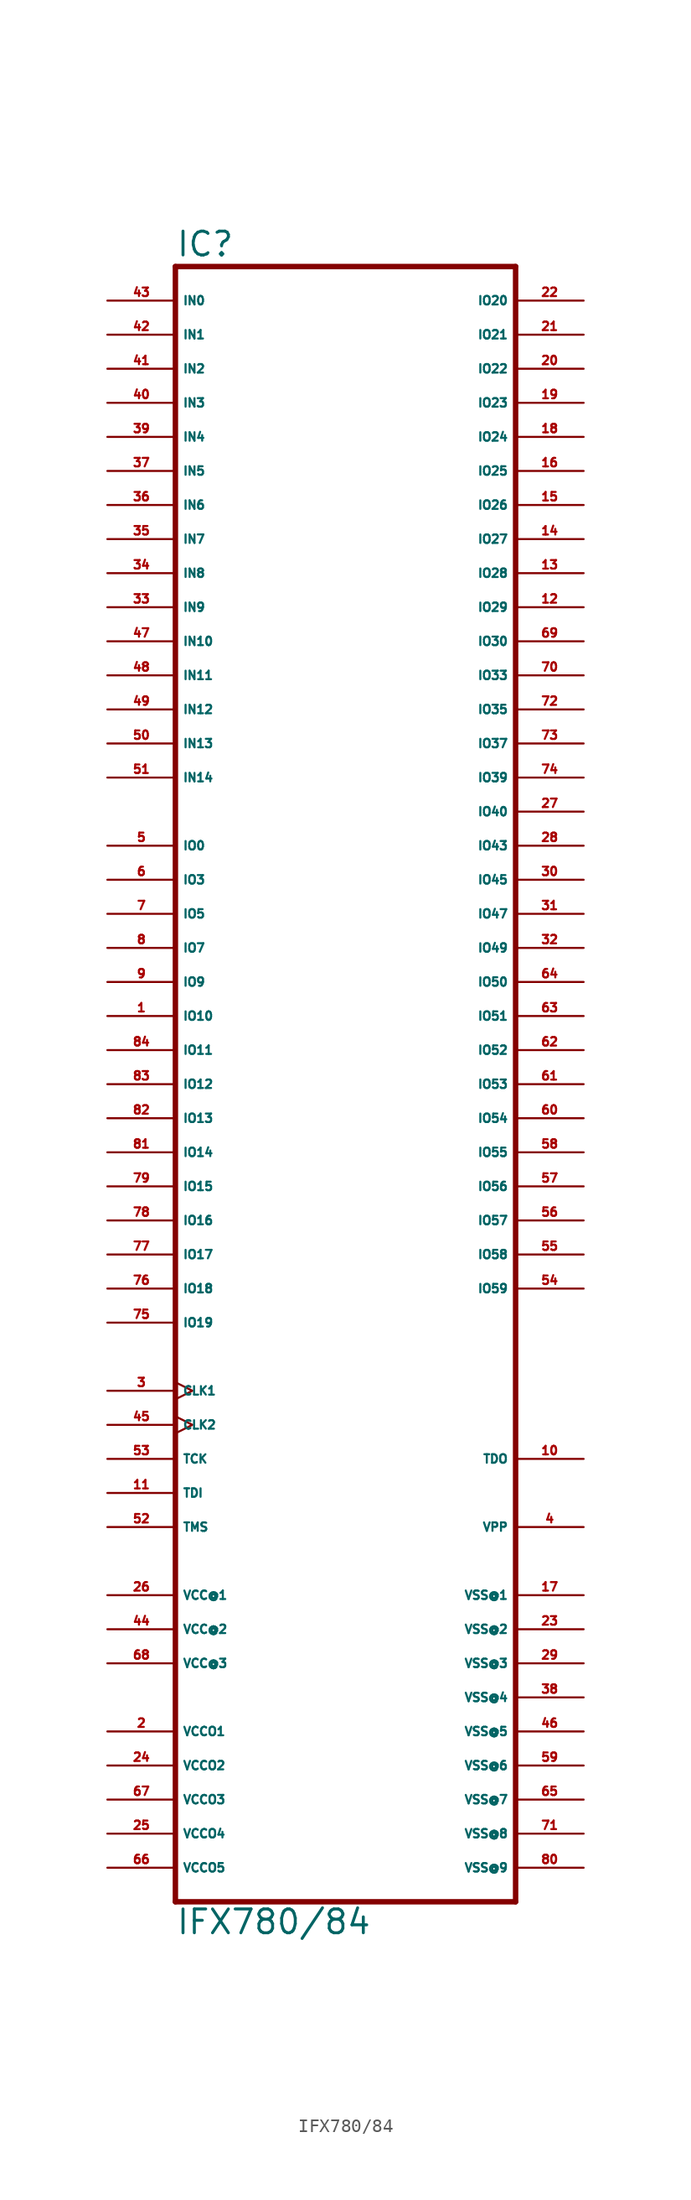
<source format=kicad_sym>
(kicad_symbol_lib
  (version 20220914)
  (generator Eagle2Kicad)
  (symbol "IFX780/84"
    (property "Reference" "IC"
      (at -12.7 59.055 0)
      (effects (font (size 1.778 1.778) (thickness 0.22)) (justify left bottom)))
    (property "Value" "IFX780/84"
      (at -12.7 -66.04 0)
      (effects (font (size 1.778 1.778) (thickness 0.22)) (justify left bottom)))
    (polyline
      (pts (xy -12.7 58.42) (xy -12.7 -63.5))
      (stroke (width 0.406) (type default))
      (fill (type none)))
    (polyline
      (pts (xy 12.7 -63.5) (xy -12.7 -63.5))
      (stroke (width 0.406) (type default))
      (fill (type none)))
    (polyline
      (pts (xy 12.7 -63.5) (xy 12.7 58.42))
      (stroke (width 0.406) (type default))
      (fill (type none)))
    (polyline
      (pts (xy -12.7 58.42) (xy 12.7 58.42))
      (stroke (width 0.406) (type default))
      (fill (type none)))
    (pin unspecified line
      (at -17.78 -40.64 0)
      (length 5.08)
      (name "VCC@1" (effects (font (size 0.635 0.635) (thickness 0.08)) (justify left bottom)))
      (number "26" (effects (font (size 0.635 0.635) (thickness 0.08)) (justify left bottom))))
    (pin unspecified line
      (at -17.78 -43.18 0)
      (length 5.08)
      (name "VCC@2" (effects (font (size 0.635 0.635) (thickness 0.08)) (justify left bottom)))
      (number "44" (effects (font (size 0.635 0.635) (thickness 0.08)) (justify left bottom))))
    (pin unspecified line
      (at -17.78 -45.72 0)
      (length 5.08)
      (name "VCC@3" (effects (font (size 0.635 0.635) (thickness 0.08)) (justify left bottom)))
      (number "68" (effects (font (size 0.635 0.635) (thickness 0.08)) (justify left bottom))))
    (pin unspecified line
      (at -17.78 -50.8 0)
      (length 5.08)
      (name "VCCO1" (effects (font (size 0.635 0.635) (thickness 0.08)) (justify left bottom)))
      (number "2" (effects (font (size 0.635 0.635) (thickness 0.08)) (justify left bottom))))
    (pin unspecified line
      (at -17.78 -53.34 0)
      (length 5.08)
      (name "VCCO2" (effects (font (size 0.635 0.635) (thickness 0.08)) (justify left bottom)))
      (number "24" (effects (font (size 0.635 0.635) (thickness 0.08)) (justify left bottom))))
    (pin unspecified line
      (at -17.78 -55.88 0)
      (length 5.08)
      (name "VCCO3" (effects (font (size 0.635 0.635) (thickness 0.08)) (justify left bottom)))
      (number "67" (effects (font (size 0.635 0.635) (thickness 0.08)) (justify left bottom))))
    (pin unspecified line
      (at -17.78 -58.42 0)
      (length 5.08)
      (name "VCCO4" (effects (font (size 0.635 0.635) (thickness 0.08)) (justify left bottom)))
      (number "25" (effects (font (size 0.635 0.635) (thickness 0.08)) (justify left bottom))))
    (pin unspecified line
      (at -17.78 -60.96 0)
      (length 5.08)
      (name "VCCO5" (effects (font (size 0.635 0.635) (thickness 0.08)) (justify left bottom)))
      (number "66" (effects (font (size 0.635 0.635) (thickness 0.08)) (justify left bottom))))
    (pin unspecified line
      (at 17.78 -40.64 180)
      (length 5.08)
      (name "VSS@1" (effects (font (size 0.635 0.635) (thickness 0.08)) (justify left bottom)))
      (number "17" (effects (font (size 0.635 0.635) (thickness 0.08)) (justify left bottom))))
    (pin unspecified line
      (at 17.78 -43.18 180)
      (length 5.08)
      (name "VSS@2" (effects (font (size 0.635 0.635) (thickness 0.08)) (justify left bottom)))
      (number "23" (effects (font (size 0.635 0.635) (thickness 0.08)) (justify left bottom))))
    (pin unspecified line
      (at 17.78 -45.72 180)
      (length 5.08)
      (name "VSS@3" (effects (font (size 0.635 0.635) (thickness 0.08)) (justify left bottom)))
      (number "29" (effects (font (size 0.635 0.635) (thickness 0.08)) (justify left bottom))))
    (pin unspecified line
      (at 17.78 -48.26 180)
      (length 5.08)
      (name "VSS@4" (effects (font (size 0.635 0.635) (thickness 0.08)) (justify left bottom)))
      (number "38" (effects (font (size 0.635 0.635) (thickness 0.08)) (justify left bottom))))
    (pin unspecified line
      (at 17.78 -50.8 180)
      (length 5.08)
      (name "VSS@5" (effects (font (size 0.635 0.635) (thickness 0.08)) (justify left bottom)))
      (number "46" (effects (font (size 0.635 0.635) (thickness 0.08)) (justify left bottom))))
    (pin unspecified line
      (at 17.78 -53.34 180)
      (length 5.08)
      (name "VSS@6" (effects (font (size 0.635 0.635) (thickness 0.08)) (justify left bottom)))
      (number "59" (effects (font (size 0.635 0.635) (thickness 0.08)) (justify left bottom))))
    (pin unspecified line
      (at 17.78 -55.88 180)
      (length 5.08)
      (name "VSS@7" (effects (font (size 0.635 0.635) (thickness 0.08)) (justify left bottom)))
      (number "65" (effects (font (size 0.635 0.635) (thickness 0.08)) (justify left bottom))))
    (pin unspecified line
      (at 17.78 -58.42 180)
      (length 5.08)
      (name "VSS@8" (effects (font (size 0.635 0.635) (thickness 0.08)) (justify left bottom)))
      (number "71" (effects (font (size 0.635 0.635) (thickness 0.08)) (justify left bottom))))
    (pin unspecified line
      (at 17.78 -60.96 180)
      (length 5.08)
      (name "VSS@9" (effects (font (size 0.635 0.635) (thickness 0.08)) (justify left bottom)))
      (number "80" (effects (font (size 0.635 0.635) (thickness 0.08)) (justify left bottom))))
    (pin input clock
      (at -17.78 -25.4 0)
      (length 5.08)
      (name "CLK1" (effects (font (size 0.635 0.635) (thickness 0.08)) (justify left bottom)))
      (number "3" (effects (font (size 0.635 0.635) (thickness 0.08)) (justify left bottom))))
    (pin input clock
      (at -17.78 -27.94 0)
      (length 5.08)
      (name "CLK2" (effects (font (size 0.635 0.635) (thickness 0.08)) (justify left bottom)))
      (number "45" (effects (font (size 0.635 0.635) (thickness 0.08)) (justify left bottom))))
    (pin bidirectional line
      (at -17.78 15.24 0)
      (length 5.08)
      (name "IO0" (effects (font (size 0.635 0.635) (thickness 0.08)) (justify left bottom)))
      (number "5" (effects (font (size 0.635 0.635) (thickness 0.08)) (justify left bottom))))
    (pin bidirectional line
      (at -17.78 12.7 0)
      (length 5.08)
      (name "IO3" (effects (font (size 0.635 0.635) (thickness 0.08)) (justify left bottom)))
      (number "6" (effects (font (size 0.635 0.635) (thickness 0.08)) (justify left bottom))))
    (pin bidirectional line
      (at -17.78 10.16 0)
      (length 5.08)
      (name "IO5" (effects (font (size 0.635 0.635) (thickness 0.08)) (justify left bottom)))
      (number "7" (effects (font (size 0.635 0.635) (thickness 0.08)) (justify left bottom))))
    (pin bidirectional line
      (at -17.78 7.62 0)
      (length 5.08)
      (name "IO7" (effects (font (size 0.635 0.635) (thickness 0.08)) (justify left bottom)))
      (number "8" (effects (font (size 0.635 0.635) (thickness 0.08)) (justify left bottom))))
    (pin bidirectional line
      (at -17.78 5.08 0)
      (length 5.08)
      (name "IO9" (effects (font (size 0.635 0.635) (thickness 0.08)) (justify left bottom)))
      (number "9" (effects (font (size 0.635 0.635) (thickness 0.08)) (justify left bottom))))
    (pin bidirectional line
      (at -17.78 2.54 0)
      (length 5.08)
      (name "IO10" (effects (font (size 0.635 0.635) (thickness 0.08)) (justify left bottom)))
      (number "1" (effects (font (size 0.635 0.635) (thickness 0.08)) (justify left bottom))))
    (pin bidirectional line
      (at -17.78 0 0)
      (length 5.08)
      (name "IO11" (effects (font (size 0.635 0.635) (thickness 0.08)) (justify left bottom)))
      (number "84" (effects (font (size 0.635 0.635) (thickness 0.08)) (justify left bottom))))
    (pin bidirectional line
      (at -17.78 -2.54 0)
      (length 5.08)
      (name "IO12" (effects (font (size 0.635 0.635) (thickness 0.08)) (justify left bottom)))
      (number "83" (effects (font (size 0.635 0.635) (thickness 0.08)) (justify left bottom))))
    (pin bidirectional line
      (at -17.78 -5.08 0)
      (length 5.08)
      (name "IO13" (effects (font (size 0.635 0.635) (thickness 0.08)) (justify left bottom)))
      (number "82" (effects (font (size 0.635 0.635) (thickness 0.08)) (justify left bottom))))
    (pin bidirectional line
      (at -17.78 -7.62 0)
      (length 5.08)
      (name "IO14" (effects (font (size 0.635 0.635) (thickness 0.08)) (justify left bottom)))
      (number "81" (effects (font (size 0.635 0.635) (thickness 0.08)) (justify left bottom))))
    (pin bidirectional line
      (at -17.78 -10.16 0)
      (length 5.08)
      (name "IO15" (effects (font (size 0.635 0.635) (thickness 0.08)) (justify left bottom)))
      (number "79" (effects (font (size 0.635 0.635) (thickness 0.08)) (justify left bottom))))
    (pin bidirectional line
      (at -17.78 -12.7 0)
      (length 5.08)
      (name "IO16" (effects (font (size 0.635 0.635) (thickness 0.08)) (justify left bottom)))
      (number "78" (effects (font (size 0.635 0.635) (thickness 0.08)) (justify left bottom))))
    (pin bidirectional line
      (at -17.78 -15.24 0)
      (length 5.08)
      (name "IO17" (effects (font (size 0.635 0.635) (thickness 0.08)) (justify left bottom)))
      (number "77" (effects (font (size 0.635 0.635) (thickness 0.08)) (justify left bottom))))
    (pin bidirectional line
      (at -17.78 -17.78 0)
      (length 5.08)
      (name "IO18" (effects (font (size 0.635 0.635) (thickness 0.08)) (justify left bottom)))
      (number "76" (effects (font (size 0.635 0.635) (thickness 0.08)) (justify left bottom))))
    (pin bidirectional line
      (at -17.78 -20.32 0)
      (length 5.08)
      (name "IO19" (effects (font (size 0.635 0.635) (thickness 0.08)) (justify left bottom)))
      (number "75" (effects (font (size 0.635 0.635) (thickness 0.08)) (justify left bottom))))
    (pin bidirectional line
      (at 17.78 55.88 180)
      (length 5.08)
      (name "IO20" (effects (font (size 0.635 0.635) (thickness 0.08)) (justify left bottom)))
      (number "22" (effects (font (size 0.635 0.635) (thickness 0.08)) (justify left bottom))))
    (pin bidirectional line
      (at 17.78 53.34 180)
      (length 5.08)
      (name "IO21" (effects (font (size 0.635 0.635) (thickness 0.08)) (justify left bottom)))
      (number "21" (effects (font (size 0.635 0.635) (thickness 0.08)) (justify left bottom))))
    (pin bidirectional line
      (at 17.78 50.8 180)
      (length 5.08)
      (name "IO22" (effects (font (size 0.635 0.635) (thickness 0.08)) (justify left bottom)))
      (number "20" (effects (font (size 0.635 0.635) (thickness 0.08)) (justify left bottom))))
    (pin bidirectional line
      (at 17.78 48.26 180)
      (length 5.08)
      (name "IO23" (effects (font (size 0.635 0.635) (thickness 0.08)) (justify left bottom)))
      (number "19" (effects (font (size 0.635 0.635) (thickness 0.08)) (justify left bottom))))
    (pin bidirectional line
      (at 17.78 45.72 180)
      (length 5.08)
      (name "IO24" (effects (font (size 0.635 0.635) (thickness 0.08)) (justify left bottom)))
      (number "18" (effects (font (size 0.635 0.635) (thickness 0.08)) (justify left bottom))))
    (pin bidirectional line
      (at 17.78 43.18 180)
      (length 5.08)
      (name "IO25" (effects (font (size 0.635 0.635) (thickness 0.08)) (justify left bottom)))
      (number "16" (effects (font (size 0.635 0.635) (thickness 0.08)) (justify left bottom))))
    (pin bidirectional line
      (at 17.78 40.64 180)
      (length 5.08)
      (name "IO26" (effects (font (size 0.635 0.635) (thickness 0.08)) (justify left bottom)))
      (number "15" (effects (font (size 0.635 0.635) (thickness 0.08)) (justify left bottom))))
    (pin bidirectional line
      (at 17.78 38.1 180)
      (length 5.08)
      (name "IO27" (effects (font (size 0.635 0.635) (thickness 0.08)) (justify left bottom)))
      (number "14" (effects (font (size 0.635 0.635) (thickness 0.08)) (justify left bottom))))
    (pin bidirectional line
      (at 17.78 35.56 180)
      (length 5.08)
      (name "IO28" (effects (font (size 0.635 0.635) (thickness 0.08)) (justify left bottom)))
      (number "13" (effects (font (size 0.635 0.635) (thickness 0.08)) (justify left bottom))))
    (pin bidirectional line
      (at 17.78 33.02 180)
      (length 5.08)
      (name "IO29" (effects (font (size 0.635 0.635) (thickness 0.08)) (justify left bottom)))
      (number "12" (effects (font (size 0.635 0.635) (thickness 0.08)) (justify left bottom))))
    (pin bidirectional line
      (at 17.78 30.48 180)
      (length 5.08)
      (name "IO30" (effects (font (size 0.635 0.635) (thickness 0.08)) (justify left bottom)))
      (number "69" (effects (font (size 0.635 0.635) (thickness 0.08)) (justify left bottom))))
    (pin bidirectional line
      (at 17.78 27.94 180)
      (length 5.08)
      (name "IO33" (effects (font (size 0.635 0.635) (thickness 0.08)) (justify left bottom)))
      (number "70" (effects (font (size 0.635 0.635) (thickness 0.08)) (justify left bottom))))
    (pin bidirectional line
      (at 17.78 25.4 180)
      (length 5.08)
      (name "IO35" (effects (font (size 0.635 0.635) (thickness 0.08)) (justify left bottom)))
      (number "72" (effects (font (size 0.635 0.635) (thickness 0.08)) (justify left bottom))))
    (pin bidirectional line
      (at 17.78 22.86 180)
      (length 5.08)
      (name "IO37" (effects (font (size 0.635 0.635) (thickness 0.08)) (justify left bottom)))
      (number "73" (effects (font (size 0.635 0.635) (thickness 0.08)) (justify left bottom))))
    (pin bidirectional line
      (at 17.78 20.32 180)
      (length 5.08)
      (name "IO39" (effects (font (size 0.635 0.635) (thickness 0.08)) (justify left bottom)))
      (number "74" (effects (font (size 0.635 0.635) (thickness 0.08)) (justify left bottom))))
    (pin bidirectional line
      (at 17.78 17.78 180)
      (length 5.08)
      (name "IO40" (effects (font (size 0.635 0.635) (thickness 0.08)) (justify left bottom)))
      (number "27" (effects (font (size 0.635 0.635) (thickness 0.08)) (justify left bottom))))
    (pin bidirectional line
      (at 17.78 15.24 180)
      (length 5.08)
      (name "IO43" (effects (font (size 0.635 0.635) (thickness 0.08)) (justify left bottom)))
      (number "28" (effects (font (size 0.635 0.635) (thickness 0.08)) (justify left bottom))))
    (pin bidirectional line
      (at 17.78 12.7 180)
      (length 5.08)
      (name "IO45" (effects (font (size 0.635 0.635) (thickness 0.08)) (justify left bottom)))
      (number "30" (effects (font (size 0.635 0.635) (thickness 0.08)) (justify left bottom))))
    (pin bidirectional line
      (at 17.78 10.16 180)
      (length 5.08)
      (name "IO47" (effects (font (size 0.635 0.635) (thickness 0.08)) (justify left bottom)))
      (number "31" (effects (font (size 0.635 0.635) (thickness 0.08)) (justify left bottom))))
    (pin bidirectional line
      (at 17.78 7.62 180)
      (length 5.08)
      (name "IO49" (effects (font (size 0.635 0.635) (thickness 0.08)) (justify left bottom)))
      (number "32" (effects (font (size 0.635 0.635) (thickness 0.08)) (justify left bottom))))
    (pin bidirectional line
      (at 17.78 5.08 180)
      (length 5.08)
      (name "IO50" (effects (font (size 0.635 0.635) (thickness 0.08)) (justify left bottom)))
      (number "64" (effects (font (size 0.635 0.635) (thickness 0.08)) (justify left bottom))))
    (pin bidirectional line
      (at 17.78 2.54 180)
      (length 5.08)
      (name "IO51" (effects (font (size 0.635 0.635) (thickness 0.08)) (justify left bottom)))
      (number "63" (effects (font (size 0.635 0.635) (thickness 0.08)) (justify left bottom))))
    (pin bidirectional line
      (at 17.78 0 180)
      (length 5.08)
      (name "IO52" (effects (font (size 0.635 0.635) (thickness 0.08)) (justify left bottom)))
      (number "62" (effects (font (size 0.635 0.635) (thickness 0.08)) (justify left bottom))))
    (pin bidirectional line
      (at 17.78 -2.54 180)
      (length 5.08)
      (name "IO53" (effects (font (size 0.635 0.635) (thickness 0.08)) (justify left bottom)))
      (number "61" (effects (font (size 0.635 0.635) (thickness 0.08)) (justify left bottom))))
    (pin bidirectional line
      (at 17.78 -5.08 180)
      (length 5.08)
      (name "IO54" (effects (font (size 0.635 0.635) (thickness 0.08)) (justify left bottom)))
      (number "60" (effects (font (size 0.635 0.635) (thickness 0.08)) (justify left bottom))))
    (pin bidirectional line
      (at 17.78 -7.62 180)
      (length 5.08)
      (name "IO55" (effects (font (size 0.635 0.635) (thickness 0.08)) (justify left bottom)))
      (number "58" (effects (font (size 0.635 0.635) (thickness 0.08)) (justify left bottom))))
    (pin bidirectional line
      (at 17.78 -10.16 180)
      (length 5.08)
      (name "IO56" (effects (font (size 0.635 0.635) (thickness 0.08)) (justify left bottom)))
      (number "57" (effects (font (size 0.635 0.635) (thickness 0.08)) (justify left bottom))))
    (pin bidirectional line
      (at 17.78 -12.7 180)
      (length 5.08)
      (name "IO57" (effects (font (size 0.635 0.635) (thickness 0.08)) (justify left bottom)))
      (number "56" (effects (font (size 0.635 0.635) (thickness 0.08)) (justify left bottom))))
    (pin bidirectional line
      (at 17.78 -15.24 180)
      (length 5.08)
      (name "IO58" (effects (font (size 0.635 0.635) (thickness 0.08)) (justify left bottom)))
      (number "55" (effects (font (size 0.635 0.635) (thickness 0.08)) (justify left bottom))))
    (pin bidirectional line
      (at 17.78 -17.78 180)
      (length 5.08)
      (name "IO59" (effects (font (size 0.635 0.635) (thickness 0.08)) (justify left bottom)))
      (number "54" (effects (font (size 0.635 0.635) (thickness 0.08)) (justify left bottom))))
    (pin input line
      (at -17.78 55.88 0)
      (length 5.08)
      (name "IN0" (effects (font (size 0.635 0.635) (thickness 0.08)) (justify left bottom)))
      (number "43" (effects (font (size 0.635 0.635) (thickness 0.08)) (justify left bottom))))
    (pin input line
      (at -17.78 53.34 0)
      (length 5.08)
      (name "IN1" (effects (font (size 0.635 0.635) (thickness 0.08)) (justify left bottom)))
      (number "42" (effects (font (size 0.635 0.635) (thickness 0.08)) (justify left bottom))))
    (pin input line
      (at -17.78 50.8 0)
      (length 5.08)
      (name "IN2" (effects (font (size 0.635 0.635) (thickness 0.08)) (justify left bottom)))
      (number "41" (effects (font (size 0.635 0.635) (thickness 0.08)) (justify left bottom))))
    (pin input line
      (at -17.78 48.26 0)
      (length 5.08)
      (name "IN3" (effects (font (size 0.635 0.635) (thickness 0.08)) (justify left bottom)))
      (number "40" (effects (font (size 0.635 0.635) (thickness 0.08)) (justify left bottom))))
    (pin input line
      (at -17.78 45.72 0)
      (length 5.08)
      (name "IN4" (effects (font (size 0.635 0.635) (thickness 0.08)) (justify left bottom)))
      (number "39" (effects (font (size 0.635 0.635) (thickness 0.08)) (justify left bottom))))
    (pin input line
      (at -17.78 43.18 0)
      (length 5.08)
      (name "IN5" (effects (font (size 0.635 0.635) (thickness 0.08)) (justify left bottom)))
      (number "37" (effects (font (size 0.635 0.635) (thickness 0.08)) (justify left bottom))))
    (pin input line
      (at -17.78 40.64 0)
      (length 5.08)
      (name "IN6" (effects (font (size 0.635 0.635) (thickness 0.08)) (justify left bottom)))
      (number "36" (effects (font (size 0.635 0.635) (thickness 0.08)) (justify left bottom))))
    (pin input line
      (at -17.78 38.1 0)
      (length 5.08)
      (name "IN7" (effects (font (size 0.635 0.635) (thickness 0.08)) (justify left bottom)))
      (number "35" (effects (font (size 0.635 0.635) (thickness 0.08)) (justify left bottom))))
    (pin input line
      (at -17.78 35.56 0)
      (length 5.08)
      (name "IN8" (effects (font (size 0.635 0.635) (thickness 0.08)) (justify left bottom)))
      (number "34" (effects (font (size 0.635 0.635) (thickness 0.08)) (justify left bottom))))
    (pin input line
      (at -17.78 33.02 0)
      (length 5.08)
      (name "IN9" (effects (font (size 0.635 0.635) (thickness 0.08)) (justify left bottom)))
      (number "33" (effects (font (size 0.635 0.635) (thickness 0.08)) (justify left bottom))))
    (pin input line
      (at -17.78 30.48 0)
      (length 5.08)
      (name "IN10" (effects (font (size 0.635 0.635) (thickness 0.08)) (justify left bottom)))
      (number "47" (effects (font (size 0.635 0.635) (thickness 0.08)) (justify left bottom))))
    (pin input line
      (at -17.78 27.94 0)
      (length 5.08)
      (name "IN11" (effects (font (size 0.635 0.635) (thickness 0.08)) (justify left bottom)))
      (number "48" (effects (font (size 0.635 0.635) (thickness 0.08)) (justify left bottom))))
    (pin input line
      (at -17.78 25.4 0)
      (length 5.08)
      (name "IN12" (effects (font (size 0.635 0.635) (thickness 0.08)) (justify left bottom)))
      (number "49" (effects (font (size 0.635 0.635) (thickness 0.08)) (justify left bottom))))
    (pin input line
      (at -17.78 22.86 0)
      (length 5.08)
      (name "IN13" (effects (font (size 0.635 0.635) (thickness 0.08)) (justify left bottom)))
      (number "50" (effects (font (size 0.635 0.635) (thickness 0.08)) (justify left bottom))))
    (pin input line
      (at -17.78 20.32 0)
      (length 5.08)
      (name "IN14" (effects (font (size 0.635 0.635) (thickness 0.08)) (justify left bottom)))
      (number "51" (effects (font (size 0.635 0.635) (thickness 0.08)) (justify left bottom))))
    (pin unspecified line
      (at 17.78 -35.56 180)
      (length 5.08)
      (name "VPP" (effects (font (size 0.635 0.635) (thickness 0.08)) (justify left bottom)))
      (number "4" (effects (font (size 0.635 0.635) (thickness 0.08)) (justify left bottom))))
    (pin input line
      (at -17.78 -33.02 0)
      (length 5.08)
      (name "TDI" (effects (font (size 0.635 0.635) (thickness 0.08)) (justify left bottom)))
      (number "11" (effects (font (size 0.635 0.635) (thickness 0.08)) (justify left bottom))))
    (pin output line
      (at 17.78 -30.48 180)
      (length 5.08)
      (name "TDO" (effects (font (size 0.635 0.635) (thickness 0.08)) (justify left bottom)))
      (number "10" (effects (font (size 0.635 0.635) (thickness 0.08)) (justify left bottom))))
    (pin input line
      (at -17.78 -30.48 0)
      (length 5.08)
      (name "TCK" (effects (font (size 0.635 0.635) (thickness 0.08)) (justify left bottom)))
      (number "53" (effects (font (size 0.635 0.635) (thickness 0.08)) (justify left bottom))))
    (pin input line
      (at -17.78 -35.56 0)
      (length 5.08)
      (name "TMS" (effects (font (size 0.635 0.635) (thickness 0.08)) (justify left bottom)))
      (number "52" (effects (font (size 0.635 0.635) (thickness 0.08)) (justify left bottom))))))
</source>
